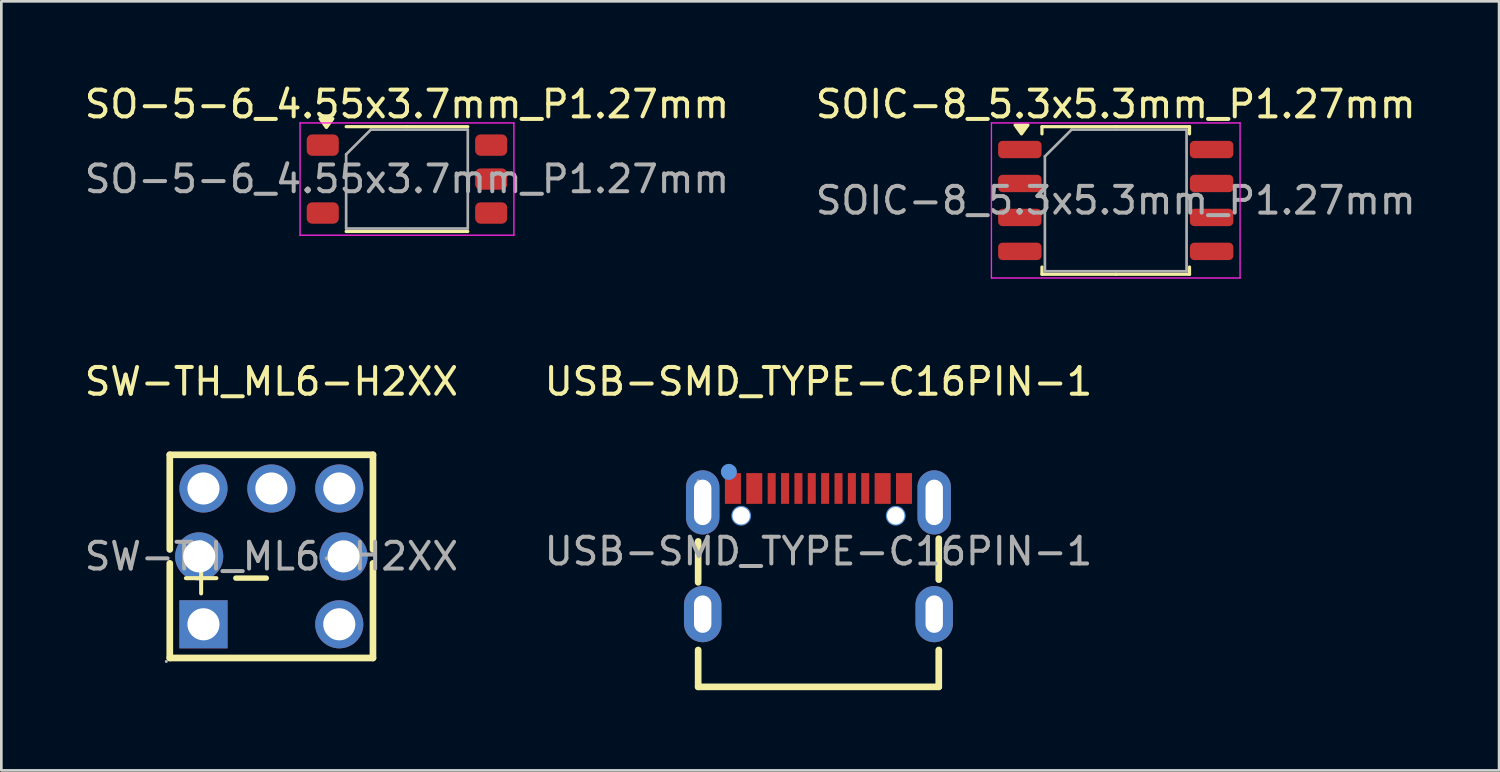
<source format=kicad_pcb>
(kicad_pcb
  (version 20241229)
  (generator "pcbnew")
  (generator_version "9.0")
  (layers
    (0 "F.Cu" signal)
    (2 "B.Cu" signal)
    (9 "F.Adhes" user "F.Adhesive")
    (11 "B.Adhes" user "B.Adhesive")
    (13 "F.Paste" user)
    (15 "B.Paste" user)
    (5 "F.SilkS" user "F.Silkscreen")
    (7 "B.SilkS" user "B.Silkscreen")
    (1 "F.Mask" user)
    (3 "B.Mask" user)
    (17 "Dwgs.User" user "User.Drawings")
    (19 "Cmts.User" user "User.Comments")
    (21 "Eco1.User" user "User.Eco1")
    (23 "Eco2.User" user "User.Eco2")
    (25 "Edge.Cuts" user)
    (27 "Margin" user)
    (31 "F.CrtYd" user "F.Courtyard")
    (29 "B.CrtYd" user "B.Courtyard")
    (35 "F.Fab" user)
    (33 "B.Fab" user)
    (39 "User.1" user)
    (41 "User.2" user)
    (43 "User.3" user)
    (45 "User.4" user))
  (footprint "USB-SMD_TYPE-C16PIN-1"
    (layer "F.Cu")
    (at 27.565 17.572)
    (property "Reference" "USB-SMD_TYPE-C16PIN-1" (at 0 -6.35 0) (layer "F.SilkS") (effects (font (size 1 1) (thickness 0.15))))
    (attr smd)
    (fp_line (start -4.5 -0.37) (end -4.5 1.16) (stroke (width 0.25) (type solid)) (layer "F.SilkS"))
    (fp_line (start -4.5 3.69) (end -4.5 5.07) (stroke (width 0.25) (type solid)) (layer "F.SilkS"))
    (fp_line (start -4.5 5.07) (end 4.5 5.07) (stroke (width 0.25) (type solid)) (layer "F.SilkS"))
    (fp_line (start 4.5 1.06) (end 4.5 -0.47) (stroke (width 0.25) (type solid)) (layer "F.SilkS"))
    (fp_line (start 4.5 5.07) (end 4.5 3.69) (stroke (width 0.25) (type solid)) (layer "F.SilkS"))
    (fp_circle (center -3.35 -2.97) (end -3.2 -2.97) (stroke (width 0.3) (type solid)) (fill no) (layer "Cmts.User"))
    (fp_circle (center -2.89 -1.33) (end -2.77 -1.33) (stroke (width 0.25) (type solid)) (fill no) (layer "Cmts.User"))
    (fp_circle (center 2.89 -1.33) (end 3.01 -1.33) (stroke (width 0.25) (type solid)) (fill no) (layer "Cmts.User"))
    (fp_circle (center -4.5 -2.64) (end -4.47 -2.64) (stroke (width 0.06) (type solid)) (fill no) (layer "F.Fab"))
    (fp_text user "${REFERENCE}" (at 0 0 0) (layer "F.Fab") (effects (font (size 1 1) (thickness 0.15))))
    (pad "" np_thru_hole circle (at -2.89 -1.33) (size 0.65 0.65) (drill 0.65) (layers "*.Cu" "*.Mask"))
    (pad "" np_thru_hole circle (at 2.89 -1.33) (size 0.65 0.65) (drill 0.65) (layers "*.Cu" "*.Mask"))
    (pad "17" thru_hole oval (at -4.33 -1.83) (size 1.25 2.4) (drill oval 0.65 1.7) (layers "*.Cu" "*.Mask"))
    (pad "18" thru_hole oval (at 4.33 -1.83) (size 1.25 2.4) (drill oval 0.65 1.7) (layers "*.Cu" "*.Mask"))
    (pad "19" thru_hole oval (at -4.33 2.35) (size 1.4 2.1) (drill oval 0.65 1.4) (layers "*.Cu" "*.Mask"))
    (pad "20" thru_hole oval (at 4.33 2.35) (size 1.4 2.1) (drill oval 0.65 1.4) (layers "*.Cu" "*.Mask"))
    (pad "A1B12" smd rect (at -3.2 -2.35) (size 0.6 1.15) (layers "F.Cu" "F.Mask" "F.Paste"))
    (pad "A4B9" smd rect (at -2.4 -2.35) (size 0.6 1.15) (layers "F.Cu" "F.Mask" "F.Paste"))
    (pad "A5" smd rect (at -1.25 -2.35) (size 0.3 1.15) (layers "F.Cu" "F.Mask" "F.Paste"))
    (pad "A6" smd rect (at -0.25 -2.35) (size 0.3 1.15) (layers "F.Cu" "F.Mask" "F.Paste"))
    (pad "A7" smd rect (at 0.25 -2.35) (size 0.3 1.15) (layers "F.Cu" "F.Mask" "F.Paste"))
    (pad "A8" smd rect (at 1.25 -2.35) (size 0.3 1.15) (layers "F.Cu" "F.Mask" "F.Paste"))
    (pad "B1A12" smd rect (at 3.2 -2.35) (size 0.6 1.15) (layers "F.Cu" "F.Mask" "F.Paste"))
    (pad "B4A9" smd rect (at 2.4 -2.35) (size 0.6 1.15) (layers "F.Cu" "F.Mask" "F.Paste"))
    (pad "B5" smd rect (at 1.75 -2.35) (size 0.3 1.15) (layers "F.Cu" "F.Mask" "F.Paste"))
    (pad "B6" smd rect (at 0.75 -2.35) (size 0.3 1.15) (layers "F.Cu" "F.Mask" "F.Paste"))
    (pad "B7" smd rect (at -0.75 -2.35) (size 0.3 1.15) (layers "F.Cu" "F.Mask" "F.Paste"))
    (pad "B8" smd rect (at -1.75 -2.35) (size 0.3 1.15) (layers "F.Cu" "F.Mask" "F.Paste")))
  (footprint "SO-5-6_4.55x3.7mm_P1.27mm"
    (layer "F.Cu")
    (at 12.173 3.648)
    (property "Reference" "SO-5-6_4.55x3.7mm_P1.27mm" (at 0 -2.8 0) (layer "F.SilkS") (effects (font (size 1 1) (thickness 0.15))))
    (attr smd)
    (fp_line (start 0 -1.96) (end -2.275 -1.96) (stroke (width 0.12) (type solid)) (layer "F.SilkS"))
    (fp_line (start 0 -1.96) (end 2.275 -1.96) (stroke (width 0.12) (type solid)) (layer "F.SilkS"))
    (fp_line (start 0 1.96) (end -2.275 1.96) (stroke (width 0.12) (type solid)) (layer "F.SilkS"))
    (fp_line (start 0 1.96) (end 2.275 1.96) (stroke (width 0.12) (type solid)) (layer "F.SilkS"))
    (fp_poly (pts (xy -3.013 -1.93) (xy -3.252 -2.26) (xy -2.772 -2.26) (xy -3.013 -1.93)) (stroke (width 0.12) (type solid)) (fill yes) (layer "F.SilkS"))
    (fp_line (start -4 -2.1) (end -4 2.1) (stroke (width 0.05) (type solid)) (layer "F.CrtYd"))
    (fp_line (start -4 2.1) (end 4 2.1) (stroke (width 0.05) (type solid)) (layer "F.CrtYd"))
    (fp_line (start 4 -2.1) (end -4 -2.1) (stroke (width 0.05) (type solid)) (layer "F.CrtYd"))
    (fp_line (start 4 2.1) (end 4 -2.1) (stroke (width 0.05) (type solid)) (layer "F.CrtYd"))
    (fp_line (start -2.275 -0.925) (end -1.35 -1.85) (stroke (width 0.1) (type solid)) (layer "F.Fab"))
    (fp_line (start -2.275 1.85) (end -2.275 -0.925) (stroke (width 0.1) (type solid)) (layer "F.Fab"))
    (fp_line (start -1.35 -1.85) (end 2.275 -1.85) (stroke (width 0.1) (type solid)) (layer "F.Fab"))
    (fp_line (start 2.275 -1.85) (end 2.275 1.85) (stroke (width 0.1) (type solid)) (layer "F.Fab"))
    (fp_line (start 2.275 1.85) (end -2.275 1.85) (stroke (width 0.1) (type solid)) (layer "F.Fab"))
    (fp_text user "${REFERENCE}" (at 0 0 0) (layer "F.Fab") (effects (font (size 1 1) (thickness 0.15))))
    (pad "1" smd roundrect (at -3.15 -1.27) (size 1.2 0.8) (layers "F.Cu" "F.Mask" "F.Paste") (roundrect_rratio 0.25))
    (pad "3" smd roundrect (at -3.15 1.27) (size 1.2 0.8) (layers "F.Cu" "F.Mask" "F.Paste") (roundrect_rratio 0.25))
    (pad "4" smd roundrect (at 3.15 1.27) (size 1.2 0.8) (layers "F.Cu" "F.Mask" "F.Paste") (roundrect_rratio 0.25))
    (pad "5" smd roundrect (at 3.15 0) (size 1.2 0.8) (layers "F.Cu" "F.Mask" "F.Paste") (roundrect_rratio 0.25))
    (pad "6" smd roundrect (at 3.15 -1.27) (size 1.2 0.8) (layers "F.Cu" "F.Mask" "F.Paste") (roundrect_rratio 0.25)))
  (footprint "SOIC-8_5.3x5.3mm_P1.27mm"
    (layer "F.Cu")
    (at 38.685 4.448)
    (property "Reference" "SOIC-8_5.3x5.3mm_P1.27mm" (at 0 -3.6 180) (layer "F.SilkS") (effects (font (size 1 1) (thickness 0.15))))
    (attr smd)
    (fp_line (start -2.76 -2.76) (end -2.76 -2.49) (stroke (width 0.12) (type solid)) (layer "F.SilkS"))
    (fp_line (start -2.76 2.76) (end -2.76 2.49) (stroke (width 0.12) (type solid)) (layer "F.SilkS"))
    (fp_line (start 0 -2.76) (end -2.76 -2.76) (stroke (width 0.12) (type solid)) (layer "F.SilkS"))
    (fp_line (start 0 -2.76) (end 2.76 -2.76) (stroke (width 0.12) (type solid)) (layer "F.SilkS"))
    (fp_line (start 0 2.76) (end -2.76 2.76) (stroke (width 0.12) (type solid)) (layer "F.SilkS"))
    (fp_line (start 0 2.76) (end 2.76 2.76) (stroke (width 0.12) (type solid)) (layer "F.SilkS"))
    (fp_line (start 2.76 -2.76) (end 2.76 -2.49) (stroke (width 0.12) (type solid)) (layer "F.SilkS"))
    (fp_line (start 2.76 2.76) (end 2.76 2.49) (stroke (width 0.12) (type solid)) (layer "F.SilkS"))
    (fp_poly (pts (xy -3.525 -2.49) (xy -3.765 -2.82) (xy -3.285 -2.82) (xy -3.525 -2.49)) (stroke (width 0.12) (type solid)) (fill yes) (layer "F.SilkS"))
    (fp_line (start -4.65 -2.9) (end -4.65 2.9) (stroke (width 0.05) (type solid)) (layer "F.CrtYd"))
    (fp_line (start -4.65 2.9) (end 4.65 2.9) (stroke (width 0.05) (type solid)) (layer "F.CrtYd"))
    (fp_line (start 4.65 -2.9) (end -4.65 -2.9) (stroke (width 0.05) (type solid)) (layer "F.CrtYd"))
    (fp_line (start 4.65 2.9) (end 4.65 -2.9) (stroke (width 0.05) (type solid)) (layer "F.CrtYd"))
    (fp_line (start -2.65 -1.65) (end -1.65 -2.65) (stroke (width 0.1) (type solid)) (layer "F.Fab"))
    (fp_line (start -2.65 2.65) (end -2.65 -1.65) (stroke (width 0.1) (type solid)) (layer "F.Fab"))
    (fp_line (start -1.65 -2.65) (end 2.65 -2.65) (stroke (width 0.1) (type solid)) (layer "F.Fab"))
    (fp_line (start 2.65 -2.65) (end 2.65 2.65) (stroke (width 0.1) (type solid)) (layer "F.Fab"))
    (fp_line (start 2.65 2.65) (end -2.65 2.65) (stroke (width 0.1) (type solid)) (layer "F.Fab"))
    (fp_text user "${REFERENCE}" (at 0 0 180) (layer "F.Fab") (effects (font (size 1 1) (thickness 0.15))))
    (pad "1" smd roundrect (at -3.587 -1.905) (size 1.625 0.65) (layers "F.Cu" "F.Mask" "F.Paste") (roundrect_rratio 0.25))
    (pad "2" smd roundrect (at -3.587 -0.635) (size 1.625 0.65) (layers "F.Cu" "F.Mask" "F.Paste") (roundrect_rratio 0.25))
    (pad "3" smd roundrect (at -3.587 0.635) (size 1.625 0.65) (layers "F.Cu" "F.Mask" "F.Paste") (roundrect_rratio 0.25))
    (pad "4" smd roundrect (at -3.587 1.905) (size 1.625 0.65) (layers "F.Cu" "F.Mask" "F.Paste") (roundrect_rratio 0.25))
    (pad "5" smd roundrect (at 3.587 1.905) (size 1.625 0.65) (layers "F.Cu" "F.Mask" "F.Paste") (roundrect_rratio 0.25))
    (pad "6" smd roundrect (at 3.587 0.635) (size 1.625 0.65) (layers "F.Cu" "F.Mask" "F.Paste") (roundrect_rratio 0.25))
    (pad "7" smd roundrect (at 3.587 -0.635) (size 1.625 0.65) (layers "F.Cu" "F.Mask" "F.Paste") (roundrect_rratio 0.25))
    (pad "8" smd roundrect (at 3.587 -1.905) (size 1.625 0.65) (layers "F.Cu" "F.Mask" "F.Paste") (roundrect_rratio 0.25)))
  (footprint "SW-TH_ML6-H2XX"
    (layer "F.Cu")
    (at 7.101 17.762)
    (property "Reference" "SW-TH_ML6-H2XX" (at 0 -6.54 0) (layer "F.SilkS") (effects (font (size 1 1) (thickness 0.15))))
    (attr through_hole)
    (fp_line (start -3.8 -3.8) (end -3.8 -0.26) (stroke (width 0.25) (type solid)) (layer "F.SilkS"))
    (fp_line (start -3.8 0.26) (end -3.8 3.8) (stroke (width 0.25) (type solid)) (layer "F.SilkS"))
    (fp_line (start -3.8 3.8) (end 3.8 3.8) (stroke (width 0.25) (type solid)) (layer "F.SilkS"))
    (fp_line (start 3.8 -3.8) (end -3.8 -3.8) (stroke (width 0.25) (type solid)) (layer "F.SilkS"))
    (fp_line (start 3.8 -0.26) (end 3.8 -3.8) (stroke (width 0.25) (type solid)) (layer "F.SilkS"))
    (fp_line (start 3.8 3.8) (end 3.8 0.26) (stroke (width 0.25) (type solid)) (layer "F.SilkS"))
    (fp_circle (center -3.93 3.93) (end -3.9 3.93) (stroke (width 0.06) (type solid)) (fill no) (layer "F.Fab"))
    (fp_circle (center -2.7 0) (end -2.45 0) (stroke (width 0.5) (type solid)) (fill no) (layer "F.Fab"))
    (fp_circle (center -2.54 -2.54) (end -2.29 -2.54) (stroke (width 0.5) (type solid)) (fill no) (layer "F.Fab"))
    (fp_circle (center -2.54 2.54) (end -2.29 2.54) (stroke (width 0.5) (type solid)) (fill no) (layer "F.Fab"))
    (fp_circle (center 0 -2.54) (end 0.25 -2.54) (stroke (width 0.5) (type solid)) (fill no) (layer "F.Fab"))
    (fp_circle (center 2.54 -2.54) (end 2.79 -2.54) (stroke (width 0.5) (type solid)) (fill no) (layer "F.Fab"))
    (fp_circle (center 2.54 2.54) (end 2.79 2.54) (stroke (width 0.5) (type solid)) (fill no) (layer "F.Fab"))
    (fp_circle (center 2.7 0) (end 2.95 0) (stroke (width 0.5) (type solid)) (fill no) (layer "F.Fab"))
    (fp_text user "-" (at 0.3 0.7 0) (layer "F.SilkS") (effects (font (size 1.5 1.5) (thickness 0.2)) (justify right)))
    (fp_text user "+" (at -1.6 0.7 0) (layer "F.SilkS") (effects (font (size 1.5 1.5) (thickness 0.15)) (justify right)))
    (fp_text user "${REFERENCE}" (at 0 0 0) (layer "F.Fab") (effects (font (size 1 1) (thickness 0.15))))
    (pad "1" thru_hole rect (at -2.54 2.54 180) (size 1.8 1.8) (drill 1.2) (layers "*.Cu" "*.Mask"))
    (pad "2" thru_hole circle (at 2.54 2.54 180) (size 1.8 1.8) (drill 1.2) (layers "*.Cu" "*.Mask"))
    (pad "3" thru_hole circle (at -2.54 -2.54 180) (size 1.8 1.8) (drill 1.2) (layers "*.Cu" "*.Mask"))
    (pad "4" thru_hole circle (at 2.54 -2.54 180) (size 1.8 1.8) (drill 1.2) (layers "*.Cu" "*.Mask"))
    (pad "EH" thru_hole circle (at 0 -2.54 180) (size 1.8 1.8) (drill 1.2) (layers "*.Cu" "*.Mask"))
    (pad "L1" thru_hole circle (at -2.7 0 180) (size 1.8 1.8) (drill 1.2) (layers "*.Cu" "*.Mask"))
    (pad "L2" thru_hole circle (at 2.7 0 180) (size 1.8 1.8) (drill 1.2) (layers "*.Cu" "*.Mask")))
  (gr_rect
    (start -3 -3)
    (end 53.024 25.767)
    (stroke (width 0.1) (type default))
    (fill no)
    (layer "Edge.Cuts")))
</source>
